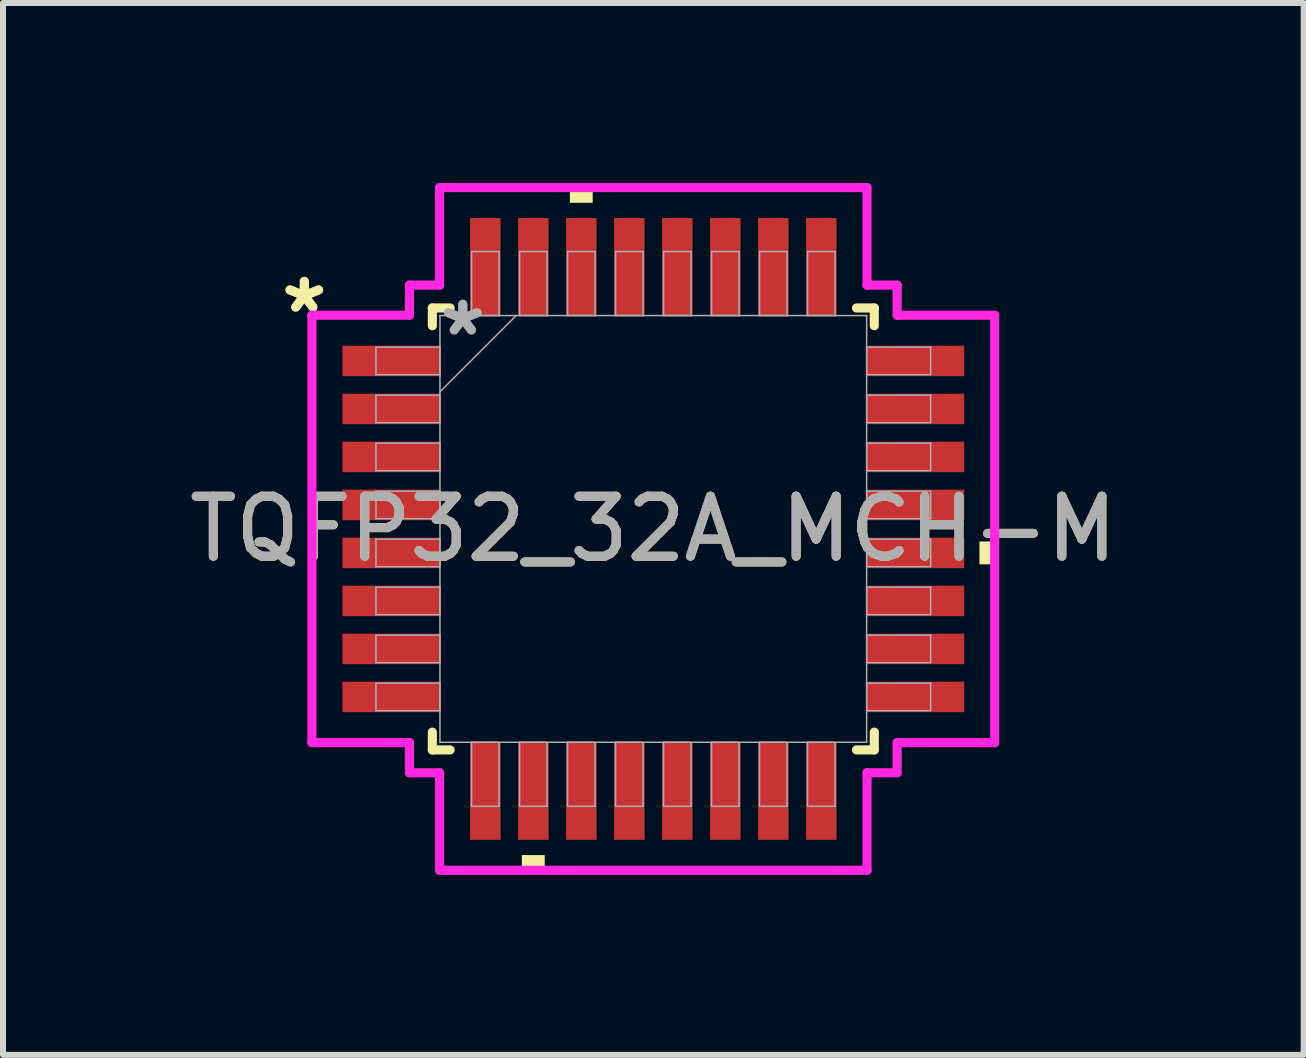
<source format=kicad_pcb>
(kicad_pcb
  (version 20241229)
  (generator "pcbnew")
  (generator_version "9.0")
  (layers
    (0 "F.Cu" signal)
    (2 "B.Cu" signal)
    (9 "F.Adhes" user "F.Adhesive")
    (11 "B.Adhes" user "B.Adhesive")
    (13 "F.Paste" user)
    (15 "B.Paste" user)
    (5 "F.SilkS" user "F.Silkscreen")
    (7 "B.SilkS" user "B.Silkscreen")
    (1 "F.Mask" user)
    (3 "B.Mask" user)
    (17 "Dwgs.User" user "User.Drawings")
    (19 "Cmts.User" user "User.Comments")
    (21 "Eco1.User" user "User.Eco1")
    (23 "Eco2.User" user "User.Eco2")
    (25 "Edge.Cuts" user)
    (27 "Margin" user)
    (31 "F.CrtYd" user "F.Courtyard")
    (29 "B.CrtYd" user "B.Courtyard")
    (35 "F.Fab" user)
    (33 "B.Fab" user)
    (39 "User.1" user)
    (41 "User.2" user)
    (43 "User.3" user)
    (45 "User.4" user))
  (footprint "TQFP32_32A_MCH-M"
    (layer "F.Cu")
    (at 7.839 5.766)
    (property "Reference" "TQFP32_32A_MCH-M" (at 0 0 0) (unlocked yes) (layer "F.SilkS") (effects (font (size 1 1) (thickness 0.15))))
    (attr smd)
    (fp_line (start -3.683 -3.683) (end -3.683 -3.387) (stroke (width 0.152) (type solid)) (layer "F.SilkS"))
    (fp_line (start -3.683 3.387) (end -3.683 3.683) (stroke (width 0.152) (type solid)) (layer "F.SilkS"))
    (fp_line (start -3.683 3.683) (end -3.387 3.683) (stroke (width 0.152) (type solid)) (layer "F.SilkS"))
    (fp_line (start -3.387 -3.683) (end -3.683 -3.683) (stroke (width 0.152) (type solid)) (layer "F.SilkS"))
    (fp_line (start 3.387 3.683) (end 3.683 3.683) (stroke (width 0.152) (type solid)) (layer "F.SilkS"))
    (fp_line (start 3.683 -3.683) (end 3.387 -3.683) (stroke (width 0.152) (type solid)) (layer "F.SilkS"))
    (fp_line (start 3.683 -3.387) (end 3.683 -3.683) (stroke (width 0.152) (type solid)) (layer "F.SilkS"))
    (fp_line (start 3.683 3.683) (end 3.683 3.387) (stroke (width 0.152) (type solid)) (layer "F.SilkS"))
    (fp_poly (pts (xy -2.191 5.436) (xy -2.191 5.69) (xy -1.81 5.69) (xy -1.81 5.436)) (stroke (width 0) (type solid)) (fill yes) (layer "F.SilkS"))
    (fp_poly (pts (xy -1.391 -5.436) (xy -1.391 -5.69) (xy -1.01 -5.69) (xy -1.01 -5.436)) (stroke (width 0) (type solid)) (fill yes) (layer "F.SilkS"))
    (fp_poly (pts (xy 5.69 0.209) (xy 5.69 0.59) (xy 5.436 0.59) (xy 5.436 0.209)) (stroke (width 0) (type solid)) (fill yes) (layer "F.SilkS"))
    (fp_line (start -5.69 -3.562) (end -4.064 -3.562) (stroke (width 0.152) (type solid)) (layer "F.CrtYd"))
    (fp_line (start -5.69 3.562) (end -5.69 -3.562) (stroke (width 0.152) (type solid)) (layer "F.CrtYd"))
    (fp_line (start -4.064 -4.064) (end -3.562 -4.064) (stroke (width 0.152) (type solid)) (layer "F.CrtYd"))
    (fp_line (start -4.064 -3.562) (end -4.064 -4.064) (stroke (width 0.152) (type solid)) (layer "F.CrtYd"))
    (fp_line (start -4.064 3.562) (end -5.69 3.562) (stroke (width 0.152) (type solid)) (layer "F.CrtYd"))
    (fp_line (start -4.064 4.064) (end -4.064 3.562) (stroke (width 0.152) (type solid)) (layer "F.CrtYd"))
    (fp_line (start -4.064 4.064) (end -3.562 4.064) (stroke (width 0.152) (type solid)) (layer "F.CrtYd"))
    (fp_line (start -3.562 -5.69) (end 3.562 -5.69) (stroke (width 0.152) (type solid)) (layer "F.CrtYd"))
    (fp_line (start -3.562 -4.064) (end -3.562 -5.69) (stroke (width 0.152) (type solid)) (layer "F.CrtYd"))
    (fp_line (start -3.562 4.064) (end -3.562 5.69) (stroke (width 0.152) (type solid)) (layer "F.CrtYd"))
    (fp_line (start -3.562 5.69) (end 3.562 5.69) (stroke (width 0.152) (type solid)) (layer "F.CrtYd"))
    (fp_line (start 3.562 -5.69) (end 3.562 -4.064) (stroke (width 0.152) (type solid)) (layer "F.CrtYd"))
    (fp_line (start 3.562 -4.064) (end 4.064 -4.064) (stroke (width 0.152) (type solid)) (layer "F.CrtYd"))
    (fp_line (start 3.562 4.064) (end 4.064 4.064) (stroke (width 0.152) (type solid)) (layer "F.CrtYd"))
    (fp_line (start 3.562 5.69) (end 3.562 4.064) (stroke (width 0.152) (type solid)) (layer "F.CrtYd"))
    (fp_line (start 4.064 -3.562) (end 4.064 -4.064) (stroke (width 0.152) (type solid)) (layer "F.CrtYd"))
    (fp_line (start 4.064 3.562) (end 5.69 3.562) (stroke (width 0.152) (type solid)) (layer "F.CrtYd"))
    (fp_line (start 4.064 4.064) (end 4.064 3.562) (stroke (width 0.152) (type solid)) (layer "F.CrtYd"))
    (fp_line (start 5.69 -3.562) (end 4.064 -3.562) (stroke (width 0.152) (type solid)) (layer "F.CrtYd"))
    (fp_line (start 5.69 3.562) (end 5.69 -3.562) (stroke (width 0.152) (type solid)) (layer "F.CrtYd"))
    (fp_line (start -4.623 -3.029) (end -4.623 -2.571) (stroke (width 0.025) (type solid)) (layer "F.Fab"))
    (fp_line (start -4.623 -2.571) (end -3.556 -2.571) (stroke (width 0.025) (type solid)) (layer "F.Fab"))
    (fp_line (start -4.623 -2.229) (end -4.623 -1.771) (stroke (width 0.025) (type solid)) (layer "F.Fab"))
    (fp_line (start -4.623 -1.771) (end -3.556 -1.771) (stroke (width 0.025) (type solid)) (layer "F.Fab"))
    (fp_line (start -4.623 -1.429) (end -4.623 -0.971) (stroke (width 0.025) (type solid)) (layer "F.Fab"))
    (fp_line (start -4.623 -0.971) (end -3.556 -0.971) (stroke (width 0.025) (type solid)) (layer "F.Fab"))
    (fp_line (start -4.623 -0.629) (end -4.623 -0.171) (stroke (width 0.025) (type solid)) (layer "F.Fab"))
    (fp_line (start -4.623 -0.171) (end -3.556 -0.171) (stroke (width 0.025) (type solid)) (layer "F.Fab"))
    (fp_line (start -4.623 0.171) (end -4.623 0.629) (stroke (width 0.025) (type solid)) (layer "F.Fab"))
    (fp_line (start -4.623 0.629) (end -3.556 0.629) (stroke (width 0.025) (type solid)) (layer "F.Fab"))
    (fp_line (start -4.623 0.971) (end -4.623 1.429) (stroke (width 0.025) (type solid)) (layer "F.Fab"))
    (fp_line (start -4.623 1.429) (end -3.556 1.429) (stroke (width 0.025) (type solid)) (layer "F.Fab"))
    (fp_line (start -4.623 1.771) (end -4.623 2.229) (stroke (width 0.025) (type solid)) (layer "F.Fab"))
    (fp_line (start -4.623 2.229) (end -3.556 2.229) (stroke (width 0.025) (type solid)) (layer "F.Fab"))
    (fp_line (start -4.623 2.571) (end -4.623 3.029) (stroke (width 0.025) (type solid)) (layer "F.Fab"))
    (fp_line (start -4.623 3.029) (end -3.556 3.029) (stroke (width 0.025) (type solid)) (layer "F.Fab"))
    (fp_line (start -3.556 -3.556) (end -3.556 3.556) (stroke (width 0.025) (type solid)) (layer "F.Fab"))
    (fp_line (start -3.556 -3.029) (end -4.623 -3.029) (stroke (width 0.025) (type solid)) (layer "F.Fab"))
    (fp_line (start -3.556 -2.571) (end -3.556 -3.029) (stroke (width 0.025) (type solid)) (layer "F.Fab"))
    (fp_line (start -3.556 -2.286) (end -2.286 -3.556) (stroke (width 0.025) (type solid)) (layer "F.Fab"))
    (fp_line (start -3.556 -2.229) (end -4.623 -2.229) (stroke (width 0.025) (type solid)) (layer "F.Fab"))
    (fp_line (start -3.556 -1.771) (end -3.556 -2.229) (stroke (width 0.025) (type solid)) (layer "F.Fab"))
    (fp_line (start -3.556 -1.429) (end -4.623 -1.429) (stroke (width 0.025) (type solid)) (layer "F.Fab"))
    (fp_line (start -3.556 -0.971) (end -3.556 -1.429) (stroke (width 0.025) (type solid)) (layer "F.Fab"))
    (fp_line (start -3.556 -0.629) (end -4.623 -0.629) (stroke (width 0.025) (type solid)) (layer "F.Fab"))
    (fp_line (start -3.556 -0.171) (end -3.556 -0.629) (stroke (width 0.025) (type solid)) (layer "F.Fab"))
    (fp_line (start -3.556 0.171) (end -4.623 0.171) (stroke (width 0.025) (type solid)) (layer "F.Fab"))
    (fp_line (start -3.556 0.629) (end -3.556 0.171) (stroke (width 0.025) (type solid)) (layer "F.Fab"))
    (fp_line (start -3.556 0.971) (end -4.623 0.971) (stroke (width 0.025) (type solid)) (layer "F.Fab"))
    (fp_line (start -3.556 1.429) (end -3.556 0.971) (stroke (width 0.025) (type solid)) (layer "F.Fab"))
    (fp_line (start -3.556 1.771) (end -4.623 1.771) (stroke (width 0.025) (type solid)) (layer "F.Fab"))
    (fp_line (start -3.556 2.229) (end -3.556 1.771) (stroke (width 0.025) (type solid)) (layer "F.Fab"))
    (fp_line (start -3.556 2.571) (end -4.623 2.571) (stroke (width 0.025) (type solid)) (layer "F.Fab"))
    (fp_line (start -3.556 3.029) (end -3.556 2.571) (stroke (width 0.025) (type solid)) (layer "F.Fab"))
    (fp_line (start -3.556 3.556) (end 3.556 3.556) (stroke (width 0.025) (type solid)) (layer "F.Fab"))
    (fp_line (start -3.029 -4.623) (end -3.029 -3.556) (stroke (width 0.025) (type solid)) (layer "F.Fab"))
    (fp_line (start -3.029 -3.556) (end -2.571 -3.556) (stroke (width 0.025) (type solid)) (layer "F.Fab"))
    (fp_line (start -3.029 3.556) (end -3.029 4.623) (stroke (width 0.025) (type solid)) (layer "F.Fab"))
    (fp_line (start -3.029 4.623) (end -2.571 4.623) (stroke (width 0.025) (type solid)) (layer "F.Fab"))
    (fp_line (start -2.571 -4.623) (end -3.029 -4.623) (stroke (width 0.025) (type solid)) (layer "F.Fab"))
    (fp_line (start -2.571 -3.556) (end -2.571 -4.623) (stroke (width 0.025) (type solid)) (layer "F.Fab"))
    (fp_line (start -2.571 3.556) (end -3.029 3.556) (stroke (width 0.025) (type solid)) (layer "F.Fab"))
    (fp_line (start -2.571 4.623) (end -2.571 3.556) (stroke (width 0.025) (type solid)) (layer "F.Fab"))
    (fp_line (start -2.229 -4.623) (end -2.229 -3.556) (stroke (width 0.025) (type solid)) (layer "F.Fab"))
    (fp_line (start -2.229 -3.556) (end -1.771 -3.556) (stroke (width 0.025) (type solid)) (layer "F.Fab"))
    (fp_line (start -2.229 3.556) (end -2.229 4.623) (stroke (width 0.025) (type solid)) (layer "F.Fab"))
    (fp_line (start -2.229 4.623) (end -1.771 4.623) (stroke (width 0.025) (type solid)) (layer "F.Fab"))
    (fp_line (start -1.771 -4.623) (end -2.229 -4.623) (stroke (width 0.025) (type solid)) (layer "F.Fab"))
    (fp_line (start -1.771 -3.556) (end -1.771 -4.623) (stroke (width 0.025) (type solid)) (layer "F.Fab"))
    (fp_line (start -1.771 3.556) (end -2.229 3.556) (stroke (width 0.025) (type solid)) (layer "F.Fab"))
    (fp_line (start -1.771 4.623) (end -1.771 3.556) (stroke (width 0.025) (type solid)) (layer "F.Fab"))
    (fp_line (start -1.429 -4.623) (end -1.429 -3.556) (stroke (width 0.025) (type solid)) (layer "F.Fab"))
    (fp_line (start -1.429 -3.556) (end -0.971 -3.556) (stroke (width 0.025) (type solid)) (layer "F.Fab"))
    (fp_line (start -1.429 3.556) (end -1.429 4.623) (stroke (width 0.025) (type solid)) (layer "F.Fab"))
    (fp_line (start -1.429 4.623) (end -0.971 4.623) (stroke (width 0.025) (type solid)) (layer "F.Fab"))
    (fp_line (start -0.971 -4.623) (end -1.429 -4.623) (stroke (width 0.025) (type solid)) (layer "F.Fab"))
    (fp_line (start -0.971 -3.556) (end -0.971 -4.623) (stroke (width 0.025) (type solid)) (layer "F.Fab"))
    (fp_line (start -0.971 3.556) (end -1.429 3.556) (stroke (width 0.025) (type solid)) (layer "F.Fab"))
    (fp_line (start -0.971 4.623) (end -0.971 3.556) (stroke (width 0.025) (type solid)) (layer "F.Fab"))
    (fp_line (start -0.629 -4.623) (end -0.629 -3.556) (stroke (width 0.025) (type solid)) (layer "F.Fab"))
    (fp_line (start -0.629 -3.556) (end -0.171 -3.556) (stroke (width 0.025) (type solid)) (layer "F.Fab"))
    (fp_line (start -0.629 3.556) (end -0.629 4.623) (stroke (width 0.025) (type solid)) (layer "F.Fab"))
    (fp_line (start -0.629 4.623) (end -0.171 4.623) (stroke (width 0.025) (type solid)) (layer "F.Fab"))
    (fp_line (start -0.171 -4.623) (end -0.629 -4.623) (stroke (width 0.025) (type solid)) (layer "F.Fab"))
    (fp_line (start -0.171 -3.556) (end -0.171 -4.623) (stroke (width 0.025) (type solid)) (layer "F.Fab"))
    (fp_line (start -0.171 3.556) (end -0.629 3.556) (stroke (width 0.025) (type solid)) (layer "F.Fab"))
    (fp_line (start -0.171 4.623) (end -0.171 3.556) (stroke (width 0.025) (type solid)) (layer "F.Fab"))
    (fp_line (start 0.171 -4.623) (end 0.171 -3.556) (stroke (width 0.025) (type solid)) (layer "F.Fab"))
    (fp_line (start 0.171 -3.556) (end 0.629 -3.556) (stroke (width 0.025) (type solid)) (layer "F.Fab"))
    (fp_line (start 0.171 3.556) (end 0.171 4.623) (stroke (width 0.025) (type solid)) (layer "F.Fab"))
    (fp_line (start 0.171 4.623) (end 0.629 4.623) (stroke (width 0.025) (type solid)) (layer "F.Fab"))
    (fp_line (start 0.629 -4.623) (end 0.171 -4.623) (stroke (width 0.025) (type solid)) (layer "F.Fab"))
    (fp_line (start 0.629 -3.556) (end 0.629 -4.623) (stroke (width 0.025) (type solid)) (layer "F.Fab"))
    (fp_line (start 0.629 3.556) (end 0.171 3.556) (stroke (width 0.025) (type solid)) (layer "F.Fab"))
    (fp_line (start 0.629 4.623) (end 0.629 3.556) (stroke (width 0.025) (type solid)) (layer "F.Fab"))
    (fp_line (start 0.971 -4.623) (end 0.971 -3.556) (stroke (width 0.025) (type solid)) (layer "F.Fab"))
    (fp_line (start 0.971 -3.556) (end 1.429 -3.556) (stroke (width 0.025) (type solid)) (layer "F.Fab"))
    (fp_line (start 0.971 3.556) (end 0.971 4.623) (stroke (width 0.025) (type solid)) (layer "F.Fab"))
    (fp_line (start 0.971 4.623) (end 1.429 4.623) (stroke (width 0.025) (type solid)) (layer "F.Fab"))
    (fp_line (start 1.429 -4.623) (end 0.971 -4.623) (stroke (width 0.025) (type solid)) (layer "F.Fab"))
    (fp_line (start 1.429 -3.556) (end 1.429 -4.623) (stroke (width 0.025) (type solid)) (layer "F.Fab"))
    (fp_line (start 1.429 3.556) (end 0.971 3.556) (stroke (width 0.025) (type solid)) (layer "F.Fab"))
    (fp_line (start 1.429 4.623) (end 1.429 3.556) (stroke (width 0.025) (type solid)) (layer "F.Fab"))
    (fp_line (start 1.771 -4.623) (end 1.771 -3.556) (stroke (width 0.025) (type solid)) (layer "F.Fab"))
    (fp_line (start 1.771 -3.556) (end 2.229 -3.556) (stroke (width 0.025) (type solid)) (layer "F.Fab"))
    (fp_line (start 1.771 3.556) (end 1.771 4.623) (stroke (width 0.025) (type solid)) (layer "F.Fab"))
    (fp_line (start 1.771 4.623) (end 2.229 4.623) (stroke (width 0.025) (type solid)) (layer "F.Fab"))
    (fp_line (start 2.229 -4.623) (end 1.771 -4.623) (stroke (width 0.025) (type solid)) (layer "F.Fab"))
    (fp_line (start 2.229 -3.556) (end 2.229 -4.623) (stroke (width 0.025) (type solid)) (layer "F.Fab"))
    (fp_line (start 2.229 3.556) (end 1.771 3.556) (stroke (width 0.025) (type solid)) (layer "F.Fab"))
    (fp_line (start 2.229 4.623) (end 2.229 3.556) (stroke (width 0.025) (type solid)) (layer "F.Fab"))
    (fp_line (start 2.571 -4.623) (end 2.571 -3.556) (stroke (width 0.025) (type solid)) (layer "F.Fab"))
    (fp_line (start 2.571 -3.556) (end 3.029 -3.556) (stroke (width 0.025) (type solid)) (layer "F.Fab"))
    (fp_line (start 2.571 3.556) (end 2.571 4.623) (stroke (width 0.025) (type solid)) (layer "F.Fab"))
    (fp_line (start 2.571 4.623) (end 3.029 4.623) (stroke (width 0.025) (type solid)) (layer "F.Fab"))
    (fp_line (start 3.029 -4.623) (end 2.571 -4.623) (stroke (width 0.025) (type solid)) (layer "F.Fab"))
    (fp_line (start 3.029 -3.556) (end 3.029 -4.623) (stroke (width 0.025) (type solid)) (layer "F.Fab"))
    (fp_line (start 3.029 3.556) (end 2.571 3.556) (stroke (width 0.025) (type solid)) (layer "F.Fab"))
    (fp_line (start 3.029 4.623) (end 3.029 3.556) (stroke (width 0.025) (type solid)) (layer "F.Fab"))
    (fp_line (start 3.556 -3.556) (end -3.556 -3.556) (stroke (width 0.025) (type solid)) (layer "F.Fab"))
    (fp_line (start 3.556 -3.029) (end 3.556 -2.571) (stroke (width 0.025) (type solid)) (layer "F.Fab"))
    (fp_line (start 3.556 -2.571) (end 4.623 -2.571) (stroke (width 0.025) (type solid)) (layer "F.Fab"))
    (fp_line (start 3.556 -2.229) (end 3.556 -1.771) (stroke (width 0.025) (type solid)) (layer "F.Fab"))
    (fp_line (start 3.556 -1.771) (end 4.623 -1.771) (stroke (width 0.025) (type solid)) (layer "F.Fab"))
    (fp_line (start 3.556 -1.429) (end 3.556 -0.971) (stroke (width 0.025) (type solid)) (layer "F.Fab"))
    (fp_line (start 3.556 -0.971) (end 4.623 -0.971) (stroke (width 0.025) (type solid)) (layer "F.Fab"))
    (fp_line (start 3.556 -0.629) (end 3.556 -0.171) (stroke (width 0.025) (type solid)) (layer "F.Fab"))
    (fp_line (start 3.556 -0.171) (end 4.623 -0.171) (stroke (width 0.025) (type solid)) (layer "F.Fab"))
    (fp_line (start 3.556 0.171) (end 3.556 0.629) (stroke (width 0.025) (type solid)) (layer "F.Fab"))
    (fp_line (start 3.556 0.629) (end 4.623 0.629) (stroke (width 0.025) (type solid)) (layer "F.Fab"))
    (fp_line (start 3.556 0.971) (end 3.556 1.429) (stroke (width 0.025) (type solid)) (layer "F.Fab"))
    (fp_line (start 3.556 1.429) (end 4.623 1.429) (stroke (width 0.025) (type solid)) (layer "F.Fab"))
    (fp_line (start 3.556 1.771) (end 3.556 2.229) (stroke (width 0.025) (type solid)) (layer "F.Fab"))
    (fp_line (start 3.556 2.229) (end 4.623 2.229) (stroke (width 0.025) (type solid)) (layer "F.Fab"))
    (fp_line (start 3.556 2.571) (end 3.556 3.029) (stroke (width 0.025) (type solid)) (layer "F.Fab"))
    (fp_line (start 3.556 3.029) (end 4.623 3.029) (stroke (width 0.025) (type solid)) (layer "F.Fab"))
    (fp_line (start 3.556 3.556) (end 3.556 -3.556) (stroke (width 0.025) (type solid)) (layer "F.Fab"))
    (fp_line (start 4.623 -3.029) (end 3.556 -3.029) (stroke (width 0.025) (type solid)) (layer "F.Fab"))
    (fp_line (start 4.623 -2.571) (end 4.623 -3.029) (stroke (width 0.025) (type solid)) (layer "F.Fab"))
    (fp_line (start 4.623 -2.229) (end 3.556 -2.229) (stroke (width 0.025) (type solid)) (layer "F.Fab"))
    (fp_line (start 4.623 -1.771) (end 4.623 -2.229) (stroke (width 0.025) (type solid)) (layer "F.Fab"))
    (fp_line (start 4.623 -1.429) (end 3.556 -1.429) (stroke (width 0.025) (type solid)) (layer "F.Fab"))
    (fp_line (start 4.623 -0.971) (end 4.623 -1.429) (stroke (width 0.025) (type solid)) (layer "F.Fab"))
    (fp_line (start 4.623 -0.629) (end 3.556 -0.629) (stroke (width 0.025) (type solid)) (layer "F.Fab"))
    (fp_line (start 4.623 -0.171) (end 4.623 -0.629) (stroke (width 0.025) (type solid)) (layer "F.Fab"))
    (fp_line (start 4.623 0.171) (end 3.556 0.171) (stroke (width 0.025) (type solid)) (layer "F.Fab"))
    (fp_line (start 4.623 0.629) (end 4.623 0.171) (stroke (width 0.025) (type solid)) (layer "F.Fab"))
    (fp_line (start 4.623 0.971) (end 3.556 0.971) (stroke (width 0.025) (type solid)) (layer "F.Fab"))
    (fp_line (start 4.623 1.429) (end 4.623 0.971) (stroke (width 0.025) (type solid)) (layer "F.Fab"))
    (fp_line (start 4.623 1.771) (end 3.556 1.771) (stroke (width 0.025) (type solid)) (layer "F.Fab"))
    (fp_line (start 4.623 2.229) (end 4.623 1.771) (stroke (width 0.025) (type solid)) (layer "F.Fab"))
    (fp_line (start 4.623 2.571) (end 3.556 2.571) (stroke (width 0.025) (type solid)) (layer "F.Fab"))
    (fp_line (start 4.623 3.029) (end 4.623 2.571) (stroke (width 0.025) (type solid)) (layer "F.Fab"))
    (fp_text user "*" (at -5.817 -3.581 0) (layer "F.SilkS") (effects (font (size 1 1) (thickness 0.15))))
    (fp_text user "*" (at -5.817 -3.581 0) (unlocked yes) (layer "F.SilkS") (effects (font (size 1 1) (thickness 0.15))))
    (fp_text user "${REFERENCE}" (at 0 0 0) (unlocked yes) (layer "F.Fab") (effects (font (size 1 1) (thickness 0.15))))
    (fp_text user "*" (at -3.175 -3.2 0) (unlocked yes) (layer "F.Fab") (effects (font (size 1 1) (thickness 0.15))))
    (fp_text user "*" (at -3.175 -3.2 0) (layer "F.Fab") (effects (font (size 1 1) (thickness 0.15))))
    (pad "1" smd rect (at -4.369 -2.8 90) (size 0.508 1.626) (layers "F.Cu" "F.Mask" "F.Paste"))
    (pad "2" smd rect (at -4.369 -2 90) (size 0.508 1.626) (layers "F.Cu" "F.Mask" "F.Paste"))
    (pad "3" smd rect (at -4.369 -1.2 90) (size 0.508 1.626) (layers "F.Cu" "F.Mask" "F.Paste"))
    (pad "4" smd rect (at -4.369 -0.4 90) (size 0.508 1.626) (layers "F.Cu" "F.Mask" "F.Paste"))
    (pad "5" smd rect (at -4.369 0.4 90) (size 0.508 1.626) (layers "F.Cu" "F.Mask" "F.Paste"))
    (pad "6" smd rect (at -4.369 1.2 90) (size 0.508 1.626) (layers "F.Cu" "F.Mask" "F.Paste"))
    (pad "7" smd rect (at -4.369 2 90) (size 0.508 1.626) (layers "F.Cu" "F.Mask" "F.Paste"))
    (pad "8" smd rect (at -4.369 2.8 90) (size 0.508 1.626) (layers "F.Cu" "F.Mask" "F.Paste"))
    (pad "9" smd rect (at -2.8 4.369) (size 0.508 1.626) (layers "F.Cu" "F.Mask" "F.Paste"))
    (pad "10" smd rect (at -2 4.369) (size 0.508 1.626) (layers "F.Cu" "F.Mask" "F.Paste"))
    (pad "11" smd rect (at -1.2 4.369) (size 0.508 1.626) (layers "F.Cu" "F.Mask" "F.Paste"))
    (pad "12" smd rect (at -0.4 4.369) (size 0.508 1.626) (layers "F.Cu" "F.Mask" "F.Paste"))
    (pad "13" smd rect (at 0.4 4.369) (size 0.508 1.626) (layers "F.Cu" "F.Mask" "F.Paste"))
    (pad "14" smd rect (at 1.2 4.369) (size 0.508 1.626) (layers "F.Cu" "F.Mask" "F.Paste"))
    (pad "15" smd rect (at 2 4.369) (size 0.508 1.626) (layers "F.Cu" "F.Mask" "F.Paste"))
    (pad "16" smd rect (at 2.8 4.369) (size 0.508 1.626) (layers "F.Cu" "F.Mask" "F.Paste"))
    (pad "17" smd rect (at 4.369 2.8 90) (size 0.508 1.626) (layers "F.Cu" "F.Mask" "F.Paste"))
    (pad "18" smd rect (at 4.369 2 90) (size 0.508 1.626) (layers "F.Cu" "F.Mask" "F.Paste"))
    (pad "19" smd rect (at 4.369 1.2 90) (size 0.508 1.626) (layers "F.Cu" "F.Mask" "F.Paste"))
    (pad "20" smd rect (at 4.369 0.4 90) (size 0.508 1.626) (layers "F.Cu" "F.Mask" "F.Paste"))
    (pad "21" smd rect (at 4.369 -0.4 90) (size 0.508 1.626) (layers "F.Cu" "F.Mask" "F.Paste"))
    (pad "22" smd rect (at 4.369 -1.2 90) (size 0.508 1.626) (layers "F.Cu" "F.Mask" "F.Paste"))
    (pad "23" smd rect (at 4.369 -2 90) (size 0.508 1.626) (layers "F.Cu" "F.Mask" "F.Paste"))
    (pad "24" smd rect (at 4.369 -2.8 90) (size 0.508 1.626) (layers "F.Cu" "F.Mask" "F.Paste"))
    (pad "25" smd rect (at 2.8 -4.369) (size 0.508 1.626) (layers "F.Cu" "F.Mask" "F.Paste"))
    (pad "26" smd rect (at 2 -4.369) (size 0.508 1.626) (layers "F.Cu" "F.Mask" "F.Paste"))
    (pad "27" smd rect (at 1.2 -4.369) (size 0.508 1.626) (layers "F.Cu" "F.Mask" "F.Paste"))
    (pad "28" smd rect (at 0.4 -4.369) (size 0.508 1.626) (layers "F.Cu" "F.Mask" "F.Paste"))
    (pad "29" smd rect (at -0.4 -4.369) (size 0.508 1.626) (layers "F.Cu" "F.Mask" "F.Paste"))
    (pad "30" smd rect (at -1.2 -4.369) (size 0.508 1.626) (layers "F.Cu" "F.Mask" "F.Paste"))
    (pad "31" smd rect (at -2 -4.369) (size 0.508 1.626) (layers "F.Cu" "F.Mask" "F.Paste"))
    (pad "32" smd rect (at -2.8 -4.369) (size 0.508 1.626) (layers "F.Cu" "F.Mask" "F.Paste")))
  (gr_rect
    (start -3 -3)
    (end 18.679 14.532)
    (stroke (width 0.1) (type default))
    (fill no)
    (layer "Edge.Cuts")))
</source>
